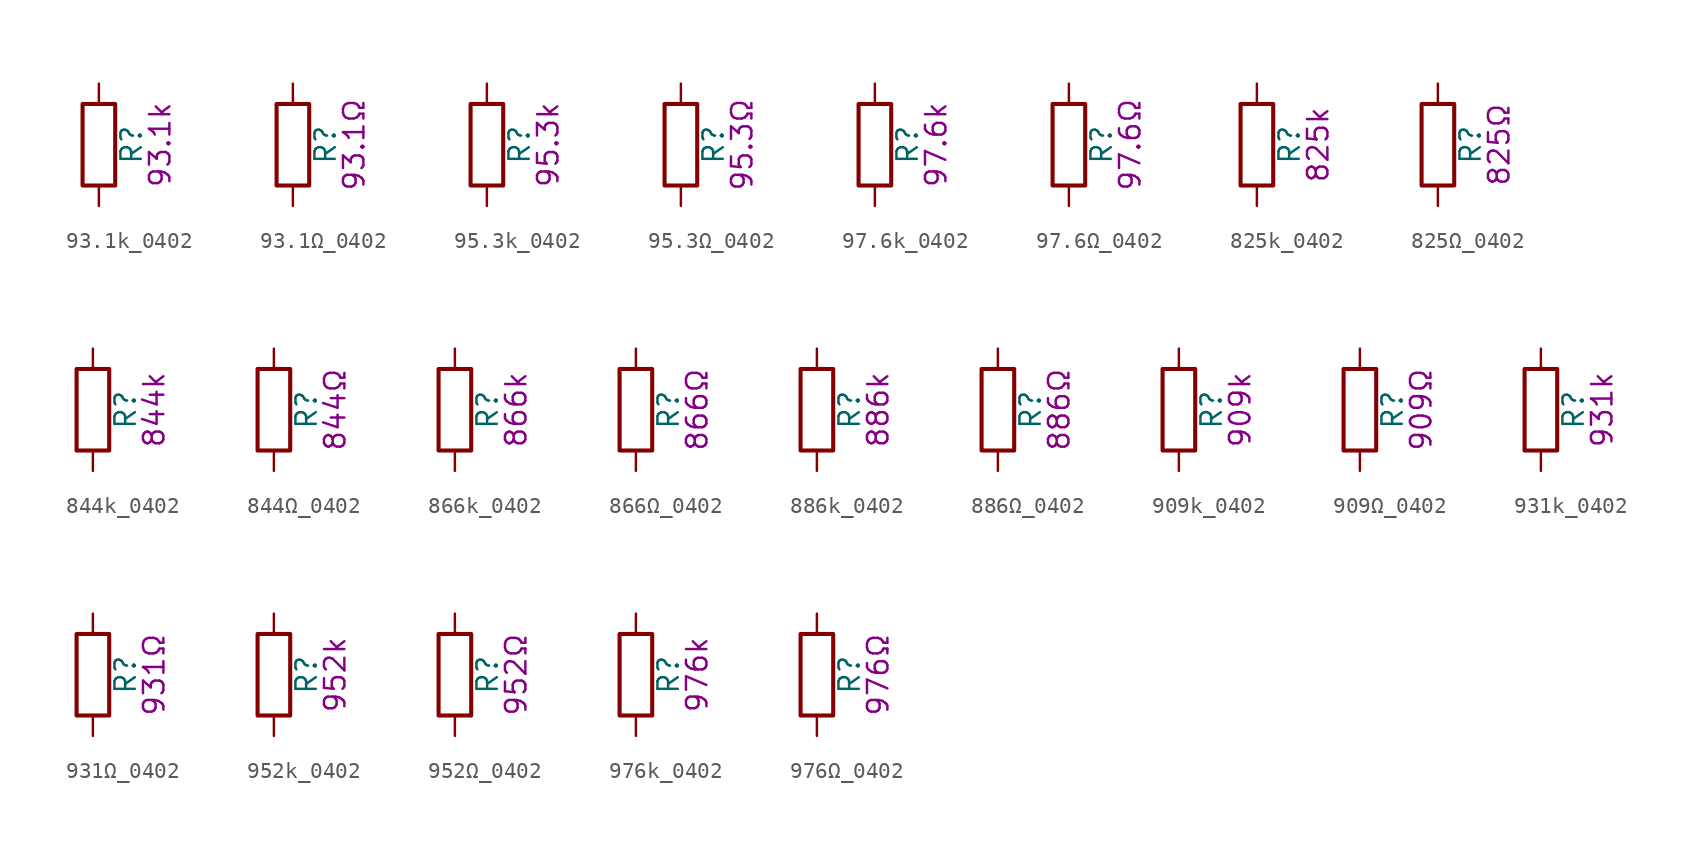
<source format=kicad_sym>
(kicad_symbol_lib
  (version 20211014)
  (generator kicad_symbol_editor)
  (symbol "93.1k_0402"
    (pin_numbers hide)
    (pin_names
      (offset 0))
    (property "Reference" "R"
      (at 2.032 0 90)
      (effects (font (size 1.27 1.27))))
    (property "Display" "93.1k"
      (at 3.81 0 90)
      (effects (font (size 1.27 1.27))))
    (symbol "93.1k_0402_0_1"
      (rectangle (start -1.016 -2.54) (end 1.016 2.54) (stroke (width 0.254) (type default) (color 0 0 0 0)) (fill (type none))))
    (symbol "93.1k_0402_1_1"
      (pin passive line (at 0 3.81 270) (length 1.27) (name "~" (effects (font (size 1.27 1.27)))) (number "1" (effects (font (size 1.27 1.27)))))
      (pin passive line (at 0 -3.81 90) (length 1.27) (name "~" (effects (font (size 1.27 1.27)))) (number "2" (effects (font (size 1.27 1.27)))))))
  (symbol "93.1Ω_0402"
    (pin_numbers hide)
    (pin_names
      (offset 0))
    (property "Reference" "R"
      (at 2.032 0 90)
      (effects (font (size 1.27 1.27))))
    (property "Display" "93.1Ω"
      (at 3.81 0 90)
      (effects (font (size 1.27 1.27))))
    (symbol "93.1Ω_0402_0_1"
      (rectangle (start -1.016 -2.54) (end 1.016 2.54) (stroke (width 0.254) (type default) (color 0 0 0 0)) (fill (type none))))
    (symbol "93.1Ω_0402_1_1"
      (pin passive line (at 0 3.81 270) (length 1.27) (name "~" (effects (font (size 1.27 1.27)))) (number "1" (effects (font (size 1.27 1.27)))))
      (pin passive line (at 0 -3.81 90) (length 1.27) (name "~" (effects (font (size 1.27 1.27)))) (number "2" (effects (font (size 1.27 1.27)))))))
  (symbol "95.3k_0402"
    (pin_numbers hide)
    (pin_names
      (offset 0))
    (property "Reference" "R"
      (at 2.032 0 90)
      (effects (font (size 1.27 1.27))))
    (property "Display" "95.3k"
      (at 3.81 0 90)
      (effects (font (size 1.27 1.27))))
    (symbol "95.3k_0402_0_1"
      (rectangle (start -1.016 -2.54) (end 1.016 2.54) (stroke (width 0.254) (type default) (color 0 0 0 0)) (fill (type none))))
    (symbol "95.3k_0402_1_1"
      (pin passive line (at 0 3.81 270) (length 1.27) (name "~" (effects (font (size 1.27 1.27)))) (number "1" (effects (font (size 1.27 1.27)))))
      (pin passive line (at 0 -3.81 90) (length 1.27) (name "~" (effects (font (size 1.27 1.27)))) (number "2" (effects (font (size 1.27 1.27)))))))
  (symbol "95.3Ω_0402"
    (pin_numbers hide)
    (pin_names
      (offset 0))
    (property "Reference" "R"
      (at 2.032 0 90)
      (effects (font (size 1.27 1.27))))
    (property "Display" "95.3Ω"
      (at 3.81 0 90)
      (effects (font (size 1.27 1.27))))
    (symbol "95.3Ω_0402_0_1"
      (rectangle (start -1.016 -2.54) (end 1.016 2.54) (stroke (width 0.254) (type default) (color 0 0 0 0)) (fill (type none))))
    (symbol "95.3Ω_0402_1_1"
      (pin passive line (at 0 3.81 270) (length 1.27) (name "~" (effects (font (size 1.27 1.27)))) (number "1" (effects (font (size 1.27 1.27)))))
      (pin passive line (at 0 -3.81 90) (length 1.27) (name "~" (effects (font (size 1.27 1.27)))) (number "2" (effects (font (size 1.27 1.27)))))))
  (symbol "97.6k_0402"
    (pin_numbers hide)
    (pin_names
      (offset 0))
    (property "Reference" "R"
      (at 2.032 0 90)
      (effects (font (size 1.27 1.27))))
    (property "Display" "97.6k"
      (at 3.81 0 90)
      (effects (font (size 1.27 1.27))))
    (symbol "97.6k_0402_0_1"
      (rectangle (start -1.016 -2.54) (end 1.016 2.54) (stroke (width 0.254) (type default) (color 0 0 0 0)) (fill (type none))))
    (symbol "97.6k_0402_1_1"
      (pin passive line (at 0 3.81 270) (length 1.27) (name "~" (effects (font (size 1.27 1.27)))) (number "1" (effects (font (size 1.27 1.27)))))
      (pin passive line (at 0 -3.81 90) (length 1.27) (name "~" (effects (font (size 1.27 1.27)))) (number "2" (effects (font (size 1.27 1.27)))))))
  (symbol "97.6Ω_0402"
    (pin_numbers hide)
    (pin_names
      (offset 0))
    (property "Reference" "R"
      (at 2.032 0 90)
      (effects (font (size 1.27 1.27))))
    (property "Display" "97.6Ω"
      (at 3.81 0 90)
      (effects (font (size 1.27 1.27))))
    (symbol "97.6Ω_0402_0_1"
      (rectangle (start -1.016 -2.54) (end 1.016 2.54) (stroke (width 0.254) (type default) (color 0 0 0 0)) (fill (type none))))
    (symbol "97.6Ω_0402_1_1"
      (pin passive line (at 0 3.81 270) (length 1.27) (name "~" (effects (font (size 1.27 1.27)))) (number "1" (effects (font (size 1.27 1.27)))))
      (pin passive line (at 0 -3.81 90) (length 1.27) (name "~" (effects (font (size 1.27 1.27)))) (number "2" (effects (font (size 1.27 1.27)))))))
  (symbol "825k_0402"
    (pin_numbers hide)
    (pin_names
      (offset 0))
    (property "Reference" "R"
      (at 2.032 0 90)
      (effects (font (size 1.27 1.27))))
    (property "Display" "825k"
      (at 3.81 0 90)
      (effects (font (size 1.27 1.27))))
    (symbol "825k_0402_0_1"
      (rectangle (start -1.016 -2.54) (end 1.016 2.54) (stroke (width 0.254) (type default) (color 0 0 0 0)) (fill (type none))))
    (symbol "825k_0402_1_1"
      (pin passive line (at 0 3.81 270) (length 1.27) (name "~" (effects (font (size 1.27 1.27)))) (number "1" (effects (font (size 1.27 1.27)))))
      (pin passive line (at 0 -3.81 90) (length 1.27) (name "~" (effects (font (size 1.27 1.27)))) (number "2" (effects (font (size 1.27 1.27)))))))
  (symbol "825Ω_0402"
    (pin_numbers hide)
    (pin_names
      (offset 0))
    (property "Reference" "R"
      (at 2.032 0 90)
      (effects (font (size 1.27 1.27))))
    (property "Display" "825Ω"
      (at 3.81 0 90)
      (effects (font (size 1.27 1.27))))
    (symbol "825Ω_0402_0_1"
      (rectangle (start -1.016 -2.54) (end 1.016 2.54) (stroke (width 0.254) (type default) (color 0 0 0 0)) (fill (type none))))
    (symbol "825Ω_0402_1_1"
      (pin passive line (at 0 3.81 270) (length 1.27) (name "~" (effects (font (size 1.27 1.27)))) (number "1" (effects (font (size 1.27 1.27)))))
      (pin passive line (at 0 -3.81 90) (length 1.27) (name "~" (effects (font (size 1.27 1.27)))) (number "2" (effects (font (size 1.27 1.27)))))))
  (symbol "844k_0402"
    (pin_numbers hide)
    (pin_names
      (offset 0))
    (property "Reference" "R"
      (at 2.032 0 90)
      (effects (font (size 1.27 1.27))))
    (property "Display" "844k"
      (at 3.81 0 90)
      (effects (font (size 1.27 1.27))))
    (symbol "844k_0402_0_1"
      (rectangle (start -1.016 -2.54) (end 1.016 2.54) (stroke (width 0.254) (type default) (color 0 0 0 0)) (fill (type none))))
    (symbol "844k_0402_1_1"
      (pin passive line (at 0 3.81 270) (length 1.27) (name "~" (effects (font (size 1.27 1.27)))) (number "1" (effects (font (size 1.27 1.27)))))
      (pin passive line (at 0 -3.81 90) (length 1.27) (name "~" (effects (font (size 1.27 1.27)))) (number "2" (effects (font (size 1.27 1.27)))))))
  (symbol "844Ω_0402"
    (pin_numbers hide)
    (pin_names
      (offset 0))
    (property "Reference" "R"
      (at 2.032 0 90)
      (effects (font (size 1.27 1.27))))
    (property "Display" "844Ω"
      (at 3.81 0 90)
      (effects (font (size 1.27 1.27))))
    (symbol "844Ω_0402_0_1"
      (rectangle (start -1.016 -2.54) (end 1.016 2.54) (stroke (width 0.254) (type default) (color 0 0 0 0)) (fill (type none))))
    (symbol "844Ω_0402_1_1"
      (pin passive line (at 0 3.81 270) (length 1.27) (name "~" (effects (font (size 1.27 1.27)))) (number "1" (effects (font (size 1.27 1.27)))))
      (pin passive line (at 0 -3.81 90) (length 1.27) (name "~" (effects (font (size 1.27 1.27)))) (number "2" (effects (font (size 1.27 1.27)))))))
  (symbol "866k_0402"
    (pin_numbers hide)
    (pin_names
      (offset 0))
    (property "Reference" "R"
      (at 2.032 0 90)
      (effects (font (size 1.27 1.27))))
    (property "Display" "866k"
      (at 3.81 0 90)
      (effects (font (size 1.27 1.27))))
    (symbol "866k_0402_0_1"
      (rectangle (start -1.016 -2.54) (end 1.016 2.54) (stroke (width 0.254) (type default) (color 0 0 0 0)) (fill (type none))))
    (symbol "866k_0402_1_1"
      (pin passive line (at 0 3.81 270) (length 1.27) (name "~" (effects (font (size 1.27 1.27)))) (number "1" (effects (font (size 1.27 1.27)))))
      (pin passive line (at 0 -3.81 90) (length 1.27) (name "~" (effects (font (size 1.27 1.27)))) (number "2" (effects (font (size 1.27 1.27)))))))
  (symbol "866Ω_0402"
    (pin_numbers hide)
    (pin_names
      (offset 0))
    (property "Reference" "R"
      (at 2.032 0 90)
      (effects (font (size 1.27 1.27))))
    (property "Display" "866Ω"
      (at 3.81 0 90)
      (effects (font (size 1.27 1.27))))
    (symbol "866Ω_0402_0_1"
      (rectangle (start -1.016 -2.54) (end 1.016 2.54) (stroke (width 0.254) (type default) (color 0 0 0 0)) (fill (type none))))
    (symbol "866Ω_0402_1_1"
      (pin passive line (at 0 3.81 270) (length 1.27) (name "~" (effects (font (size 1.27 1.27)))) (number "1" (effects (font (size 1.27 1.27)))))
      (pin passive line (at 0 -3.81 90) (length 1.27) (name "~" (effects (font (size 1.27 1.27)))) (number "2" (effects (font (size 1.27 1.27)))))))
  (symbol "886k_0402"
    (pin_numbers hide)
    (pin_names
      (offset 0))
    (property "Reference" "R"
      (at 2.032 0 90)
      (effects (font (size 1.27 1.27))))
    (property "Display" "886k"
      (at 3.81 0 90)
      (effects (font (size 1.27 1.27))))
    (symbol "886k_0402_0_1"
      (rectangle (start -1.016 -2.54) (end 1.016 2.54) (stroke (width 0.254) (type default) (color 0 0 0 0)) (fill (type none))))
    (symbol "886k_0402_1_1"
      (pin passive line (at 0 3.81 270) (length 1.27) (name "~" (effects (font (size 1.27 1.27)))) (number "1" (effects (font (size 1.27 1.27)))))
      (pin passive line (at 0 -3.81 90) (length 1.27) (name "~" (effects (font (size 1.27 1.27)))) (number "2" (effects (font (size 1.27 1.27)))))))
  (symbol "886Ω_0402"
    (pin_numbers hide)
    (pin_names
      (offset 0))
    (property "Reference" "R"
      (at 2.032 0 90)
      (effects (font (size 1.27 1.27))))
    (property "Display" "886Ω"
      (at 3.81 0 90)
      (effects (font (size 1.27 1.27))))
    (symbol "886Ω_0402_0_1"
      (rectangle (start -1.016 -2.54) (end 1.016 2.54) (stroke (width 0.254) (type default) (color 0 0 0 0)) (fill (type none))))
    (symbol "886Ω_0402_1_1"
      (pin passive line (at 0 3.81 270) (length 1.27) (name "~" (effects (font (size 1.27 1.27)))) (number "1" (effects (font (size 1.27 1.27)))))
      (pin passive line (at 0 -3.81 90) (length 1.27) (name "~" (effects (font (size 1.27 1.27)))) (number "2" (effects (font (size 1.27 1.27)))))))
  (symbol "909k_0402"
    (pin_numbers hide)
    (pin_names
      (offset 0))
    (property "Reference" "R"
      (at 2.032 0 90)
      (effects (font (size 1.27 1.27))))
    (property "Display" "909k"
      (at 3.81 0 90)
      (effects (font (size 1.27 1.27))))
    (symbol "909k_0402_0_1"
      (rectangle (start -1.016 -2.54) (end 1.016 2.54) (stroke (width 0.254) (type default) (color 0 0 0 0)) (fill (type none))))
    (symbol "909k_0402_1_1"
      (pin passive line (at 0 3.81 270) (length 1.27) (name "~" (effects (font (size 1.27 1.27)))) (number "1" (effects (font (size 1.27 1.27)))))
      (pin passive line (at 0 -3.81 90) (length 1.27) (name "~" (effects (font (size 1.27 1.27)))) (number "2" (effects (font (size 1.27 1.27)))))))
  (symbol "909Ω_0402"
    (pin_numbers hide)
    (pin_names
      (offset 0))
    (property "Reference" "R"
      (at 2.032 0 90)
      (effects (font (size 1.27 1.27))))
    (property "Display" "909Ω"
      (at 3.81 0 90)
      (effects (font (size 1.27 1.27))))
    (symbol "909Ω_0402_0_1"
      (rectangle (start -1.016 -2.54) (end 1.016 2.54) (stroke (width 0.254) (type default) (color 0 0 0 0)) (fill (type none))))
    (symbol "909Ω_0402_1_1"
      (pin passive line (at 0 3.81 270) (length 1.27) (name "~" (effects (font (size 1.27 1.27)))) (number "1" (effects (font (size 1.27 1.27)))))
      (pin passive line (at 0 -3.81 90) (length 1.27) (name "~" (effects (font (size 1.27 1.27)))) (number "2" (effects (font (size 1.27 1.27)))))))
  (symbol "931k_0402"
    (pin_numbers hide)
    (pin_names
      (offset 0))
    (property "Reference" "R"
      (at 2.032 0 90)
      (effects (font (size 1.27 1.27))))
    (property "Display" "931k"
      (at 3.81 0 90)
      (effects (font (size 1.27 1.27))))
    (symbol "931k_0402_0_1"
      (rectangle (start -1.016 -2.54) (end 1.016 2.54) (stroke (width 0.254) (type default) (color 0 0 0 0)) (fill (type none))))
    (symbol "931k_0402_1_1"
      (pin passive line (at 0 3.81 270) (length 1.27) (name "~" (effects (font (size 1.27 1.27)))) (number "1" (effects (font (size 1.27 1.27)))))
      (pin passive line (at 0 -3.81 90) (length 1.27) (name "~" (effects (font (size 1.27 1.27)))) (number "2" (effects (font (size 1.27 1.27)))))))
  (symbol "931Ω_0402"
    (pin_numbers hide)
    (pin_names
      (offset 0))
    (property "Reference" "R"
      (at 2.032 0 90)
      (effects (font (size 1.27 1.27))))
    (property "Display" "931Ω"
      (at 3.81 0 90)
      (effects (font (size 1.27 1.27))))
    (symbol "931Ω_0402_0_1"
      (rectangle (start -1.016 -2.54) (end 1.016 2.54) (stroke (width 0.254) (type default) (color 0 0 0 0)) (fill (type none))))
    (symbol "931Ω_0402_1_1"
      (pin passive line (at 0 3.81 270) (length 1.27) (name "~" (effects (font (size 1.27 1.27)))) (number "1" (effects (font (size 1.27 1.27)))))
      (pin passive line (at 0 -3.81 90) (length 1.27) (name "~" (effects (font (size 1.27 1.27)))) (number "2" (effects (font (size 1.27 1.27)))))))
  (symbol "952k_0402"
    (pin_numbers hide)
    (pin_names
      (offset 0))
    (property "Reference" "R"
      (at 2.032 0 90)
      (effects (font (size 1.27 1.27))))
    (property "Display" "952k"
      (at 3.81 0 90)
      (effects (font (size 1.27 1.27))))
    (symbol "952k_0402_0_1"
      (rectangle (start -1.016 -2.54) (end 1.016 2.54) (stroke (width 0.254) (type default) (color 0 0 0 0)) (fill (type none))))
    (symbol "952k_0402_1_1"
      (pin passive line (at 0 3.81 270) (length 1.27) (name "~" (effects (font (size 1.27 1.27)))) (number "1" (effects (font (size 1.27 1.27)))))
      (pin passive line (at 0 -3.81 90) (length 1.27) (name "~" (effects (font (size 1.27 1.27)))) (number "2" (effects (font (size 1.27 1.27)))))))
  (symbol "952Ω_0402"
    (pin_numbers hide)
    (pin_names
      (offset 0))
    (property "Reference" "R"
      (at 2.032 0 90)
      (effects (font (size 1.27 1.27))))
    (property "Display" "952Ω"
      (at 3.81 0 90)
      (effects (font (size 1.27 1.27))))
    (symbol "952Ω_0402_0_1"
      (rectangle (start -1.016 -2.54) (end 1.016 2.54) (stroke (width 0.254) (type default) (color 0 0 0 0)) (fill (type none))))
    (symbol "952Ω_0402_1_1"
      (pin passive line (at 0 3.81 270) (length 1.27) (name "~" (effects (font (size 1.27 1.27)))) (number "1" (effects (font (size 1.27 1.27)))))
      (pin passive line (at 0 -3.81 90) (length 1.27) (name "~" (effects (font (size 1.27 1.27)))) (number "2" (effects (font (size 1.27 1.27)))))))
  (symbol "976k_0402"
    (pin_numbers hide)
    (pin_names
      (offset 0))
    (property "Reference" "R"
      (at 2.032 0 90)
      (effects (font (size 1.27 1.27))))
    (property "Display" "976k"
      (at 3.81 0 90)
      (effects (font (size 1.27 1.27))))
    (symbol "976k_0402_0_1"
      (rectangle (start -1.016 -2.54) (end 1.016 2.54) (stroke (width 0.254) (type default) (color 0 0 0 0)) (fill (type none))))
    (symbol "976k_0402_1_1"
      (pin passive line (at 0 3.81 270) (length 1.27) (name "~" (effects (font (size 1.27 1.27)))) (number "1" (effects (font (size 1.27 1.27)))))
      (pin passive line (at 0 -3.81 90) (length 1.27) (name "~" (effects (font (size 1.27 1.27)))) (number "2" (effects (font (size 1.27 1.27)))))))
  (symbol "976Ω_0402"
    (pin_numbers hide)
    (pin_names
      (offset 0))
    (property "Reference" "R"
      (at 2.032 0 90)
      (effects (font (size 1.27 1.27))))
    (property "Display" "976Ω"
      (at 3.81 0 90)
      (effects (font (size 1.27 1.27))))
    (symbol "976Ω_0402_0_1"
      (rectangle (start -1.016 -2.54) (end 1.016 2.54) (stroke (width 0.254) (type default) (color 0 0 0 0)) (fill (type none))))
    (symbol "976Ω_0402_1_1"
      (pin passive line (at 0 3.81 270) (length 1.27) (name "~" (effects (font (size 1.27 1.27)))) (number "1" (effects (font (size 1.27 1.27)))))
      (pin passive line (at 0 -3.81 90) (length 1.27) (name "~" (effects (font (size 1.27 1.27)))) (number "2" (effects (font (size 1.27 1.27))))))))
</source>
